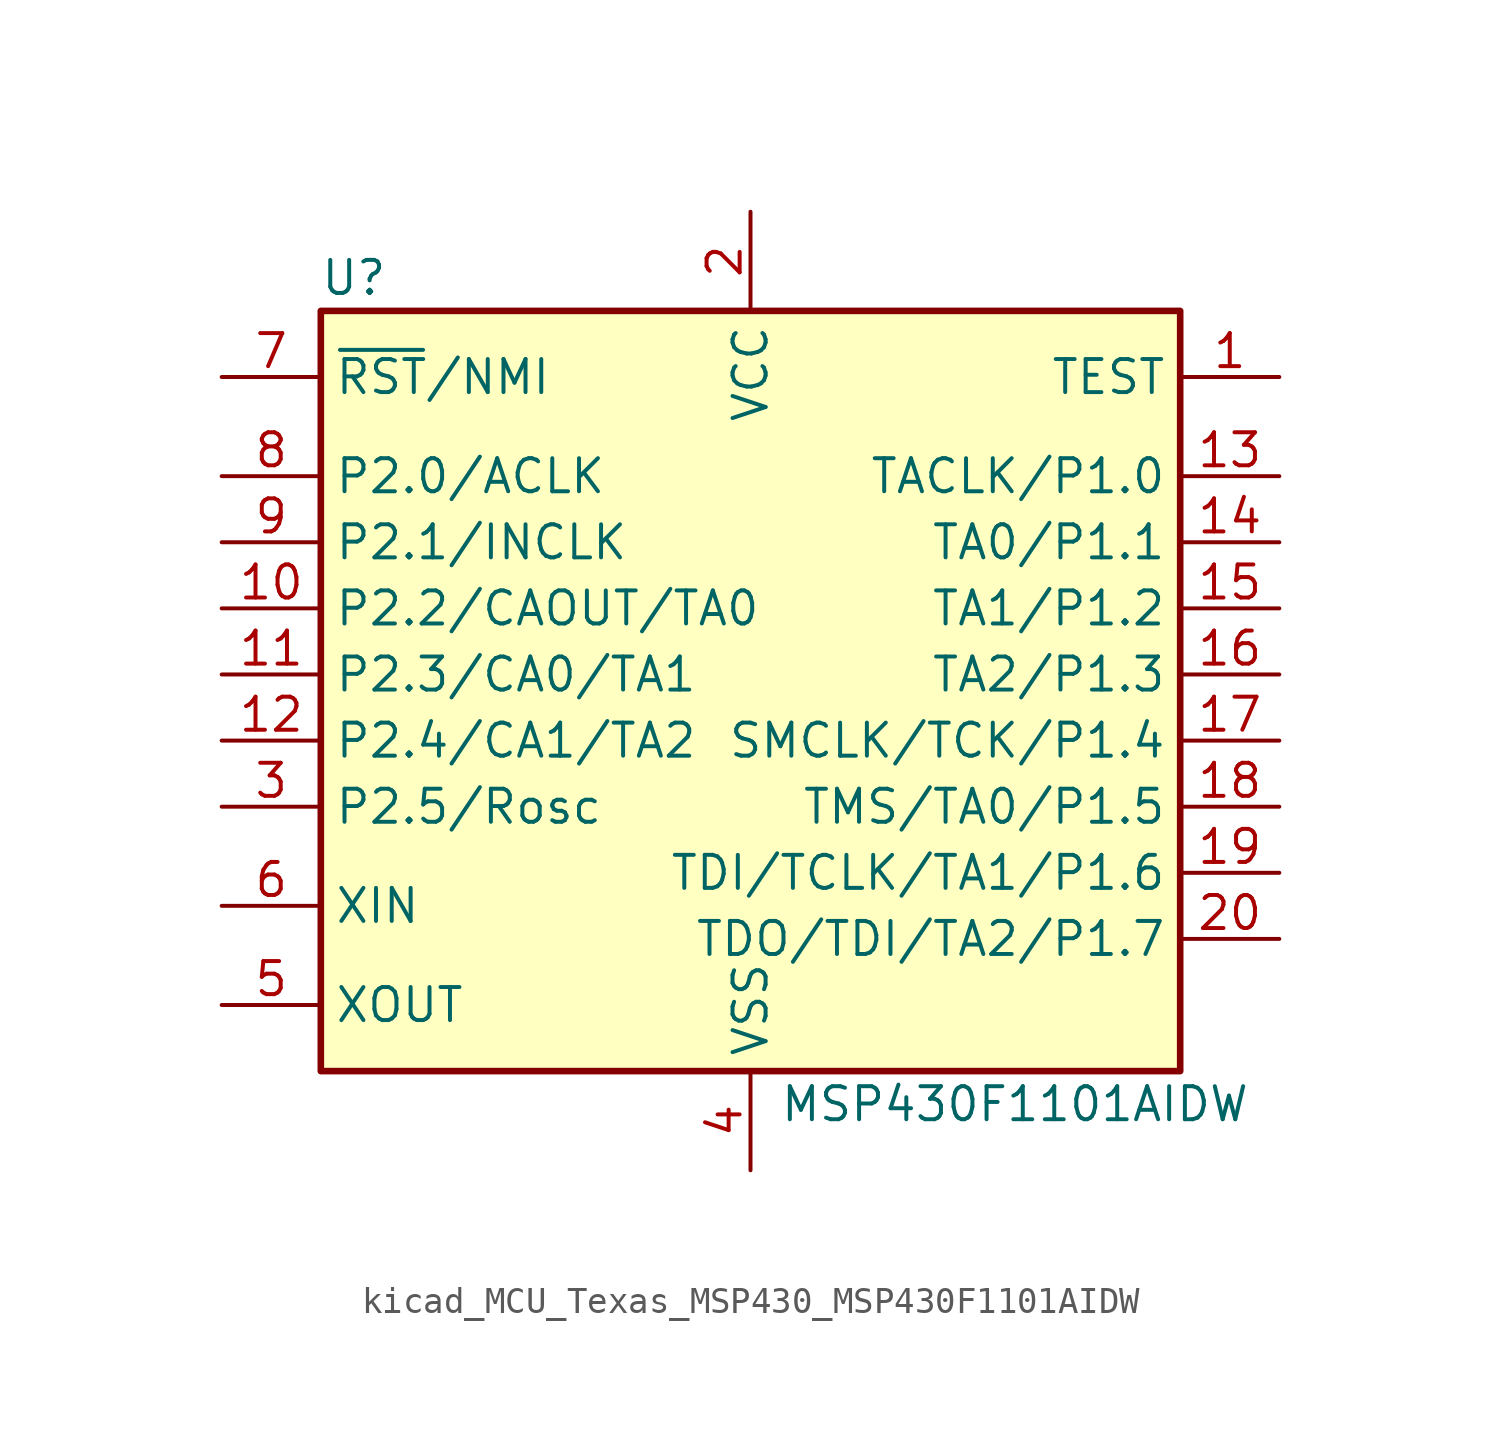
<source format=kicad_sym>
(kicad_symbol_lib
  (version 20220914)
  (generator kicad_symbol_editor)
  (symbol "kicad_MCU_Texas_MSP430_MSP430F1101AIDW"
    (property "Reference" "U"
      (at -15.24 15.24 0)
      (effects (font (size 1.27 1.27))))
    (property "Value" "MSP430F1101AIDW"
      (at 10.16 -16.51 0)
      (effects (font (size 1.27 1.27))))
    (symbol "kicad_MCU_Texas_MSP430_MSP430F1101AIDW_0_1"
      (rectangle (start -16.51 13.97) (end 16.51 -15.24) (stroke (width 0.254) (type default)) (fill (type background))))
    (symbol "kicad_MCU_Texas_MSP430_MSP430F1101AIDW_1_1"
      (pin input line (at 20.32 11.43 180) (length 3.81) (name "TEST" (effects (font (size 1.27 1.27)))) (number "1" (effects (font (size 1.27 1.27)))))
      (pin bidirectional line (at -20.32 2.54 0) (length 3.81) (name "P2.2/CAOUT/TA0" (effects (font (size 1.27 1.27)))) (number "10" (effects (font (size 1.27 1.27)))))
      (pin bidirectional line (at -20.32 0 0) (length 3.81) (name "P2.3/CA0/TA1" (effects (font (size 1.27 1.27)))) (number "11" (effects (font (size 1.27 1.27)))))
      (pin bidirectional line (at -20.32 -2.54 0) (length 3.81) (name "P2.4/CA1/TA2" (effects (font (size 1.27 1.27)))) (number "12" (effects (font (size 1.27 1.27)))))
      (pin bidirectional line (at 20.32 7.62 180) (length 3.81) (name "TACLK/P1.0" (effects (font (size 1.27 1.27)))) (number "13" (effects (font (size 1.27 1.27)))))
      (pin bidirectional line (at 20.32 5.08 180) (length 3.81) (name "TA0/P1.1" (effects (font (size 1.27 1.27)))) (number "14" (effects (font (size 1.27 1.27)))))
      (pin bidirectional line (at 20.32 2.54 180) (length 3.81) (name "TA1/P1.2" (effects (font (size 1.27 1.27)))) (number "15" (effects (font (size 1.27 1.27)))))
      (pin bidirectional line (at 20.32 0 180) (length 3.81) (name "TA2/P1.3" (effects (font (size 1.27 1.27)))) (number "16" (effects (font (size 1.27 1.27)))))
      (pin bidirectional line (at 20.32 -2.54 180) (length 3.81) (name "SMCLK/TCK/P1.4" (effects (font (size 1.27 1.27)))) (number "17" (effects (font (size 1.27 1.27)))))
      (pin bidirectional line (at 20.32 -5.08 180) (length 3.81) (name "TMS/TA0/P1.5" (effects (font (size 1.27 1.27)))) (number "18" (effects (font (size 1.27 1.27)))))
      (pin bidirectional line (at 20.32 -7.62 180) (length 3.81) (name "TDI/TCLK/TA1/P1.6" (effects (font (size 1.27 1.27)))) (number "19" (effects (font (size 1.27 1.27)))))
      (pin power_in line (at 0 17.78 270) (length 3.81) (name "VCC" (effects (font (size 1.27 1.27)))) (number "2" (effects (font (size 1.27 1.27)))))
      (pin bidirectional line (at 20.32 -10.16 180) (length 3.81) (name "TDO/TDI/TA2/P1.7" (effects (font (size 1.27 1.27)))) (number "20" (effects (font (size 1.27 1.27)))))
      (pin bidirectional line (at -20.32 -5.08 0) (length 3.81) (name "P2.5/Rosc" (effects (font (size 1.27 1.27)))) (number "3" (effects (font (size 1.27 1.27)))))
      (pin power_in line (at 0 -19.05 90) (length 3.81) (name "VSS" (effects (font (size 1.27 1.27)))) (number "4" (effects (font (size 1.27 1.27)))))
      (pin output line (at -20.32 -12.7 0) (length 3.81) (name "XOUT" (effects (font (size 1.27 1.27)))) (number "5" (effects (font (size 1.27 1.27)))))
      (pin input line (at -20.32 -8.89 0) (length 3.81) (name "XIN" (effects (font (size 1.27 1.27)))) (number "6" (effects (font (size 1.27 1.27)))))
      (pin input line (at -20.32 11.43 0) (length 3.81) (name "~{RST}/NMI" (effects (font (size 1.27 1.27)))) (number "7" (effects (font (size 1.27 1.27)))))
      (pin bidirectional line (at -20.32 7.62 0) (length 3.81) (name "P2.0/ACLK" (effects (font (size 1.27 1.27)))) (number "8" (effects (font (size 1.27 1.27)))))
      (pin bidirectional line (at -20.32 5.08 0) (length 3.81) (name "P2.1/INCLK" (effects (font (size 1.27 1.27)))) (number "9" (effects (font (size 1.27 1.27))))))))
</source>
